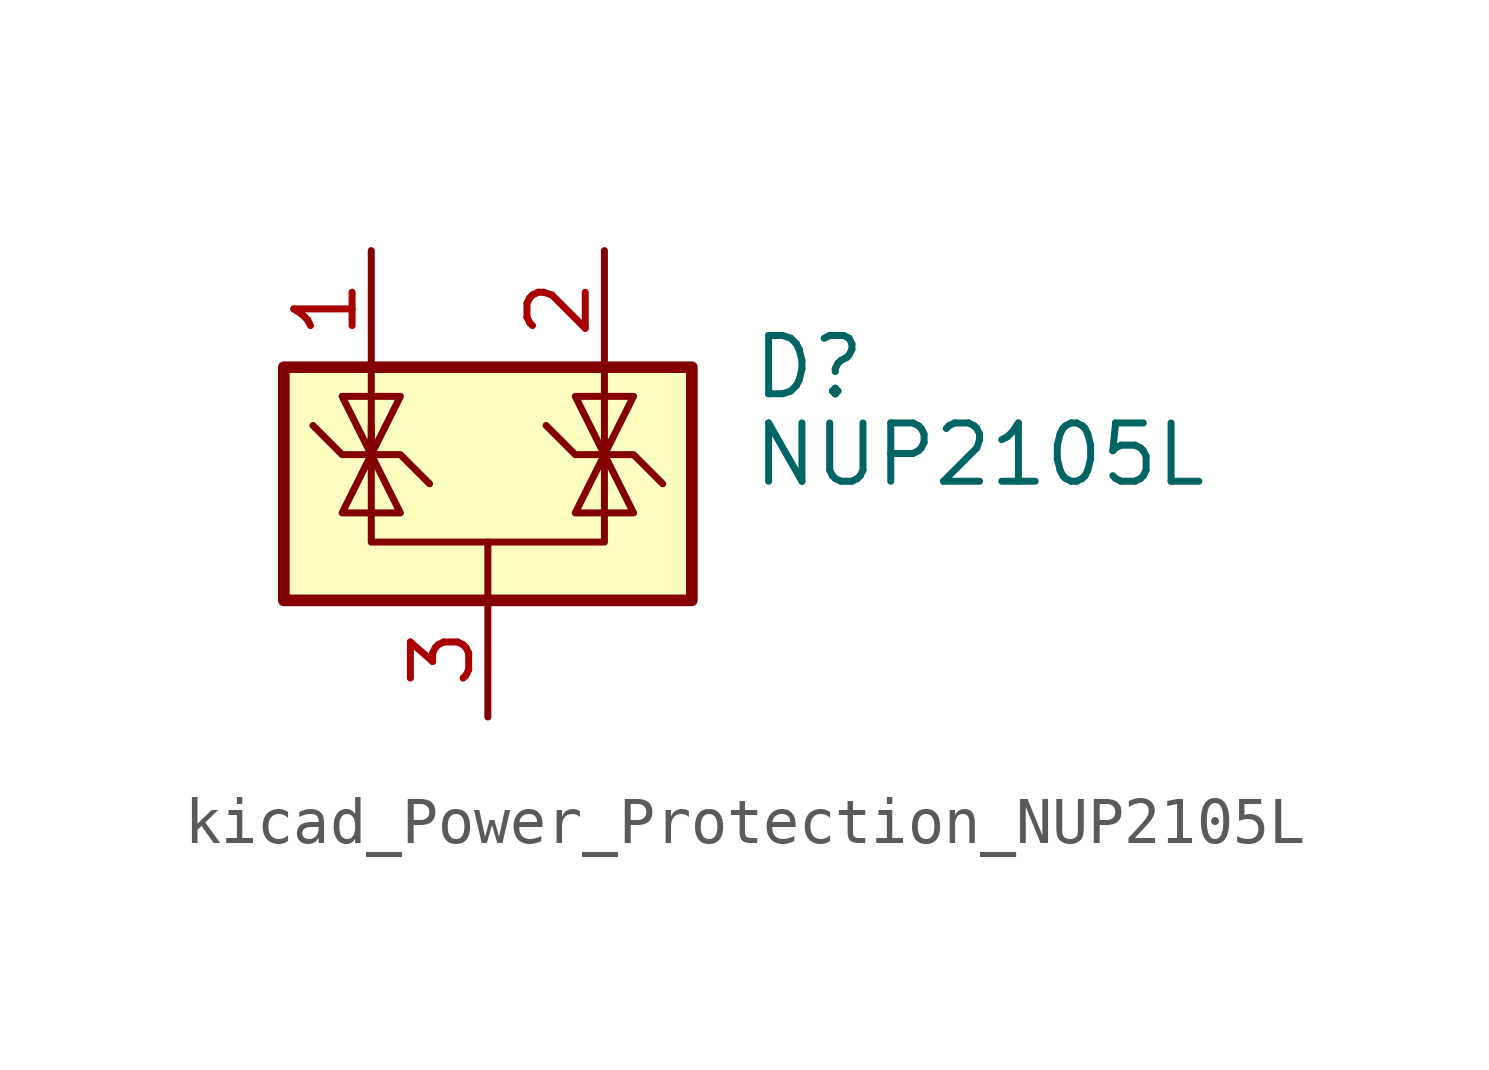
<source format=kicad_sym>
(kicad_symbol_lib
  (version 20220914)
  (generator kicad_symbol_editor)
  (symbol "kicad_Power_Protection_NUP2105L"
    (pin_names hide)
    (property "Reference" "D"
      (at 5.715 2.54 0)
      (effects (font (size 1.27 1.27)) (justify left)))
    (property "Value" "NUP2105L"
      (at 5.715 0.635 0)
      (effects (font (size 1.27 1.27)) (justify left)))
    (symbol "kicad_Power_Protection_NUP2105L_0_0"
      (pin passive line (at 0 -5.08 90) (length 2.54) (name "A" (effects (font (size 1.27 1.27)))) (number "3" (effects (font (size 1.27 1.27))))))
    (symbol "kicad_Power_Protection_NUP2105L_0_1"
      (rectangle (start -4.445 2.54) (end 4.445 -2.54) (stroke (width 0.254) (type default)) (fill (type background)))
      (polyline (pts (xy -2.54 2.54) (xy -2.54 0.635)) (stroke (width 0) (type default)) (fill (type none)))
      (polyline (pts (xy 0 -1.27) (xy 0 -2.54)) (stroke (width 0) (type default)) (fill (type none)))
      (polyline (pts (xy 2.54 2.54) (xy 2.54 0.635)) (stroke (width 0) (type default)) (fill (type none)))
      (polyline (pts (xy -3.81 1.27) (xy -3.175 0.635) (xy -1.905 0.635) (xy -1.27 0)) (stroke (width 0) (type default)) (fill (type none)))
      (polyline (pts (xy -2.54 0.635) (xy -2.54 -1.27) (xy 2.54 -1.27) (xy 2.54 0.635)) (stroke (width 0) (type default)) (fill (type none)))
      (polyline (pts (xy -2.54 0.635) (xy -1.905 -0.635) (xy -3.175 -0.635) (xy -2.54 0.635)) (stroke (width 0) (type default)) (fill (type none)))
      (polyline (pts (xy 2.54 0.635) (xy 1.905 -0.635) (xy 3.175 -0.635) (xy 2.54 0.635)) (stroke (width 0) (type default)) (fill (type none)))
      (polyline (pts (xy 2.54 0.635) (xy 3.175 1.905) (xy 1.905 1.905) (xy 2.54 0.635)) (stroke (width 0) (type default)) (fill (type none)))
      (polyline (pts (xy -2.54 0.635) (xy -3.175 1.905) (xy -1.905 1.905) (xy -2.54 0.635) (xy -2.54 1.27)) (stroke (width 0) (type default)) (fill (type none)))
      (polyline (pts (xy 1.27 1.27) (xy 1.905 0.635) (xy 2.54 0.635) (xy 3.175 0.635) (xy 3.81 0)) (stroke (width 0) (type default)) (fill (type none))))
    (symbol "kicad_Power_Protection_NUP2105L_1_1"
      (pin passive line (at -2.54 5.08 270) (length 2.54) (name "K" (effects (font (size 1.27 1.27)))) (number "1" (effects (font (size 1.27 1.27)))))
      (pin passive line (at 2.54 5.08 270) (length 2.54) (name "K" (effects (font (size 1.27 1.27)))) (number "2" (effects (font (size 1.27 1.27))))))))
</source>
